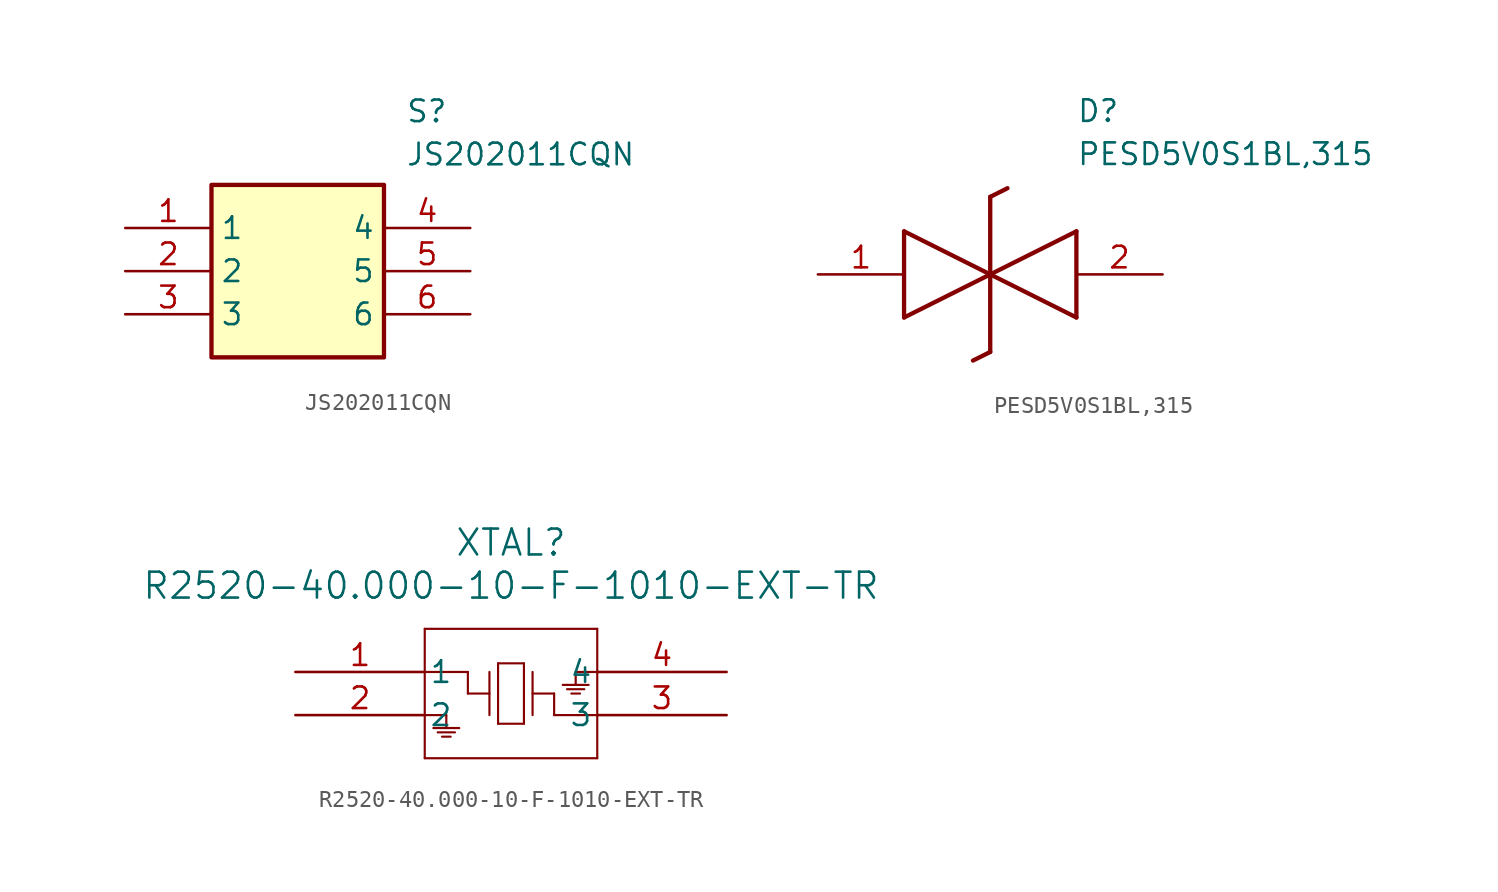
<source format=kicad_sym>
(kicad_symbol_lib
  (version 20220914)
  (generator kicad_symbol_editor)
  (symbol "JS202011CQN"
    (property "Reference" "S"
      (at 16.51 7.62 0)
      (effects (font (size 1.27 1.27)) (justify left top)))
    (property "Value" "JS202011CQN"
      (at 16.51 5.08 0)
      (effects (font (size 1.27 1.27)) (justify left top)))
    (symbol "JS202011CQN_1_1"
      (rectangle (start 5.08 2.54) (end 15.24 -7.62) (stroke (width 0.254) (type default)) (fill (type background)))
      (pin passive line (at 0 0 0) (length 5.08) (name "1" (effects (font (size 1.27 1.27)))) (number "1" (effects (font (size 1.27 1.27)))))
      (pin passive line (at 0 -2.54 0) (length 5.08) (name "2" (effects (font (size 1.27 1.27)))) (number "2" (effects (font (size 1.27 1.27)))))
      (pin passive line (at 0 -5.08 0) (length 5.08) (name "3" (effects (font (size 1.27 1.27)))) (number "3" (effects (font (size 1.27 1.27)))))
      (pin passive line (at 20.32 0 180) (length 5.08) (name "4" (effects (font (size 1.27 1.27)))) (number "4" (effects (font (size 1.27 1.27)))))
      (pin passive line (at 20.32 -2.54 180) (length 5.08) (name "5" (effects (font (size 1.27 1.27)))) (number "5" (effects (font (size 1.27 1.27)))))
      (pin passive line (at 20.32 -5.08 180) (length 5.08) (name "6" (effects (font (size 1.27 1.27)))) (number "6" (effects (font (size 1.27 1.27)))))))
  (symbol "PESD5V0S1BL,315"
    (pin_names hide)
    (property "Reference" "D"
      (at 15.24 8.89 0)
      (effects (font (size 1.27 1.27)) (justify left bottom)))
    (property "Value" "PESD5V0S1BL,315"
      (at 15.24 6.35 0)
      (effects (font (size 1.27 1.27)) (justify left bottom)))
    (symbol "PESD5V0S1BL,315_1_1"
      (polyline (pts (xy 5.08 2.54) (xy 5.08 -2.54)) (stroke (width 0.254) (type default)) (fill (type none)))
      (polyline (pts (xy 5.08 2.54) (xy 10.16 0)) (stroke (width 0.254) (type default)) (fill (type none)))
      (polyline (pts (xy 10.16 -4.572) (xy 9.144 -5.08)) (stroke (width 0.254) (type default)) (fill (type none)))
      (polyline (pts (xy 10.16 -4.572) (xy 10.16 4.572)) (stroke (width 0.254) (type default)) (fill (type none)))
      (polyline (pts (xy 10.16 0) (xy 5.08 -2.54)) (stroke (width 0.254) (type default)) (fill (type none)))
      (polyline (pts (xy 10.16 0) (xy 15.24 -2.54)) (stroke (width 0.254) (type default)) (fill (type none)))
      (polyline (pts (xy 11.176 5.08) (xy 10.16 4.572)) (stroke (width 0.254) (type default)) (fill (type none)))
      (polyline (pts (xy 15.24 2.54) (xy 10.16 0)) (stroke (width 0.254) (type default)) (fill (type none)))
      (polyline (pts (xy 15.24 2.54) (xy 15.24 -2.54)) (stroke (width 0.254) (type default)) (fill (type none)))
      (pin passive line (at 0 0 0) (length 5.08) (name "K1" (effects (font (size 1.27 1.27)))) (number "1" (effects (font (size 1.27 1.27)))))
      (pin passive line (at 20.32 0 180) (length 5.08) (name "K2" (effects (font (size 1.27 1.27)))) (number "2" (effects (font (size 1.27 1.27)))))))
  (symbol "R2520-40.000-10-F-1010-EXT-TR"
    (pin_names
      (offset 0.254))
    (property "Reference" "XTAL"
      (at 12.7 7.62 0)
      (effects (font (size 1.524 1.524))))
    (property "Value" "R2520-40.000-10-F-1010-EXT-TR"
      (at 12.7 5.08 0)
      (effects (font (size 1.524 1.524))))
    (property "ki_locked" ""
      (at 0 0 0)
      (effects (font (size 1.27 1.27))))
    (symbol "R2520-40.000-10-F-1010-EXT-TR_0_1"
      (polyline (pts (xy 7.62 -5.08) (xy 17.78 -5.08)) (stroke (width 0.127) (type default)) (fill (type none)))
      (polyline (pts (xy 7.62 -2.54) (xy 8.89 -2.54)) (stroke (width 0.127) (type default)) (fill (type none)))
      (polyline (pts (xy 7.62 2.54) (xy 7.62 -5.08)) (stroke (width 0.127) (type default)) (fill (type none)))
      (polyline (pts (xy 8.128 -3.302) (xy 9.652 -3.302)) (stroke (width 0.127) (type default)) (fill (type none)))
      (polyline (pts (xy 8.382 -3.556) (xy 9.398 -3.556)) (stroke (width 0.127) (type default)) (fill (type none)))
      (polyline (pts (xy 8.636 -3.81) (xy 9.144 -3.81)) (stroke (width 0.127) (type default)) (fill (type none)))
      (polyline (pts (xy 8.89 -2.54) (xy 8.89 -3.302)) (stroke (width 0.127) (type default)) (fill (type none)))
      (polyline (pts (xy 10.16 -1.27) (xy 10.16 0)) (stroke (width 0.127) (type default)) (fill (type none)))
      (polyline (pts (xy 10.16 0) (xy 7.62 0)) (stroke (width 0.127) (type default)) (fill (type none)))
      (polyline (pts (xy 11.43 -1.27) (xy 10.16 -1.27)) (stroke (width 0.127) (type default)) (fill (type none)))
      (polyline (pts (xy 11.43 0) (xy 11.43 -2.54)) (stroke (width 0.127) (type default)) (fill (type none)))
      (polyline (pts (xy 11.938 -3.048) (xy 13.462 -3.048)) (stroke (width 0.127) (type default)) (fill (type none)))
      (polyline (pts (xy 11.938 0.508) (xy 11.938 -3.048)) (stroke (width 0.127) (type default)) (fill (type none)))
      (polyline (pts (xy 13.462 -3.048) (xy 13.462 0.508)) (stroke (width 0.127) (type default)) (fill (type none)))
      (polyline (pts (xy 13.462 0.508) (xy 11.938 0.508)) (stroke (width 0.127) (type default)) (fill (type none)))
      (polyline (pts (xy 13.97 -1.27) (xy 15.24 -1.27)) (stroke (width 0.127) (type default)) (fill (type none)))
      (polyline (pts (xy 13.97 0) (xy 13.97 -2.54)) (stroke (width 0.127) (type default)) (fill (type none)))
      (polyline (pts (xy 15.24 -2.54) (xy 17.78 -2.54)) (stroke (width 0.127) (type default)) (fill (type none)))
      (polyline (pts (xy 15.24 -1.27) (xy 15.24 -2.54)) (stroke (width 0.127) (type default)) (fill (type none)))
      (polyline (pts (xy 16.51 0) (xy 16.51 -0.762)) (stroke (width 0.127) (type default)) (fill (type none)))
      (polyline (pts (xy 16.764 -1.27) (xy 16.256 -1.27)) (stroke (width 0.127) (type default)) (fill (type none)))
      (polyline (pts (xy 17.018 -1.016) (xy 16.002 -1.016)) (stroke (width 0.127) (type default)) (fill (type none)))
      (polyline (pts (xy 17.272 -0.762) (xy 15.748 -0.762)) (stroke (width 0.127) (type default)) (fill (type none)))
      (polyline (pts (xy 17.78 -5.08) (xy 17.78 2.54)) (stroke (width 0.127) (type default)) (fill (type none)))
      (polyline (pts (xy 17.78 0) (xy 16.51 0)) (stroke (width 0.127) (type default)) (fill (type none)))
      (polyline (pts (xy 17.78 2.54) (xy 7.62 2.54)) (stroke (width 0.127) (type default)) (fill (type none)))
      (pin unspecified line (at 0 0 0) (length 7.62) (name "1" (effects (font (size 1.27 1.27)))) (number "1" (effects (font (size 1.27 1.27)))))
      (pin unspecified line (at 0 -2.54 0) (length 7.62) (name "2" (effects (font (size 1.27 1.27)))) (number "2" (effects (font (size 1.27 1.27)))))
      (pin unspecified line (at 25.4 -2.54 180) (length 7.62) (name "3" (effects (font (size 1.27 1.27)))) (number "3" (effects (font (size 1.27 1.27)))))
      (pin unspecified line (at 25.4 0 180) (length 7.62) (name "4" (effects (font (size 1.27 1.27)))) (number "4" (effects (font (size 1.27 1.27))))))))
</source>
